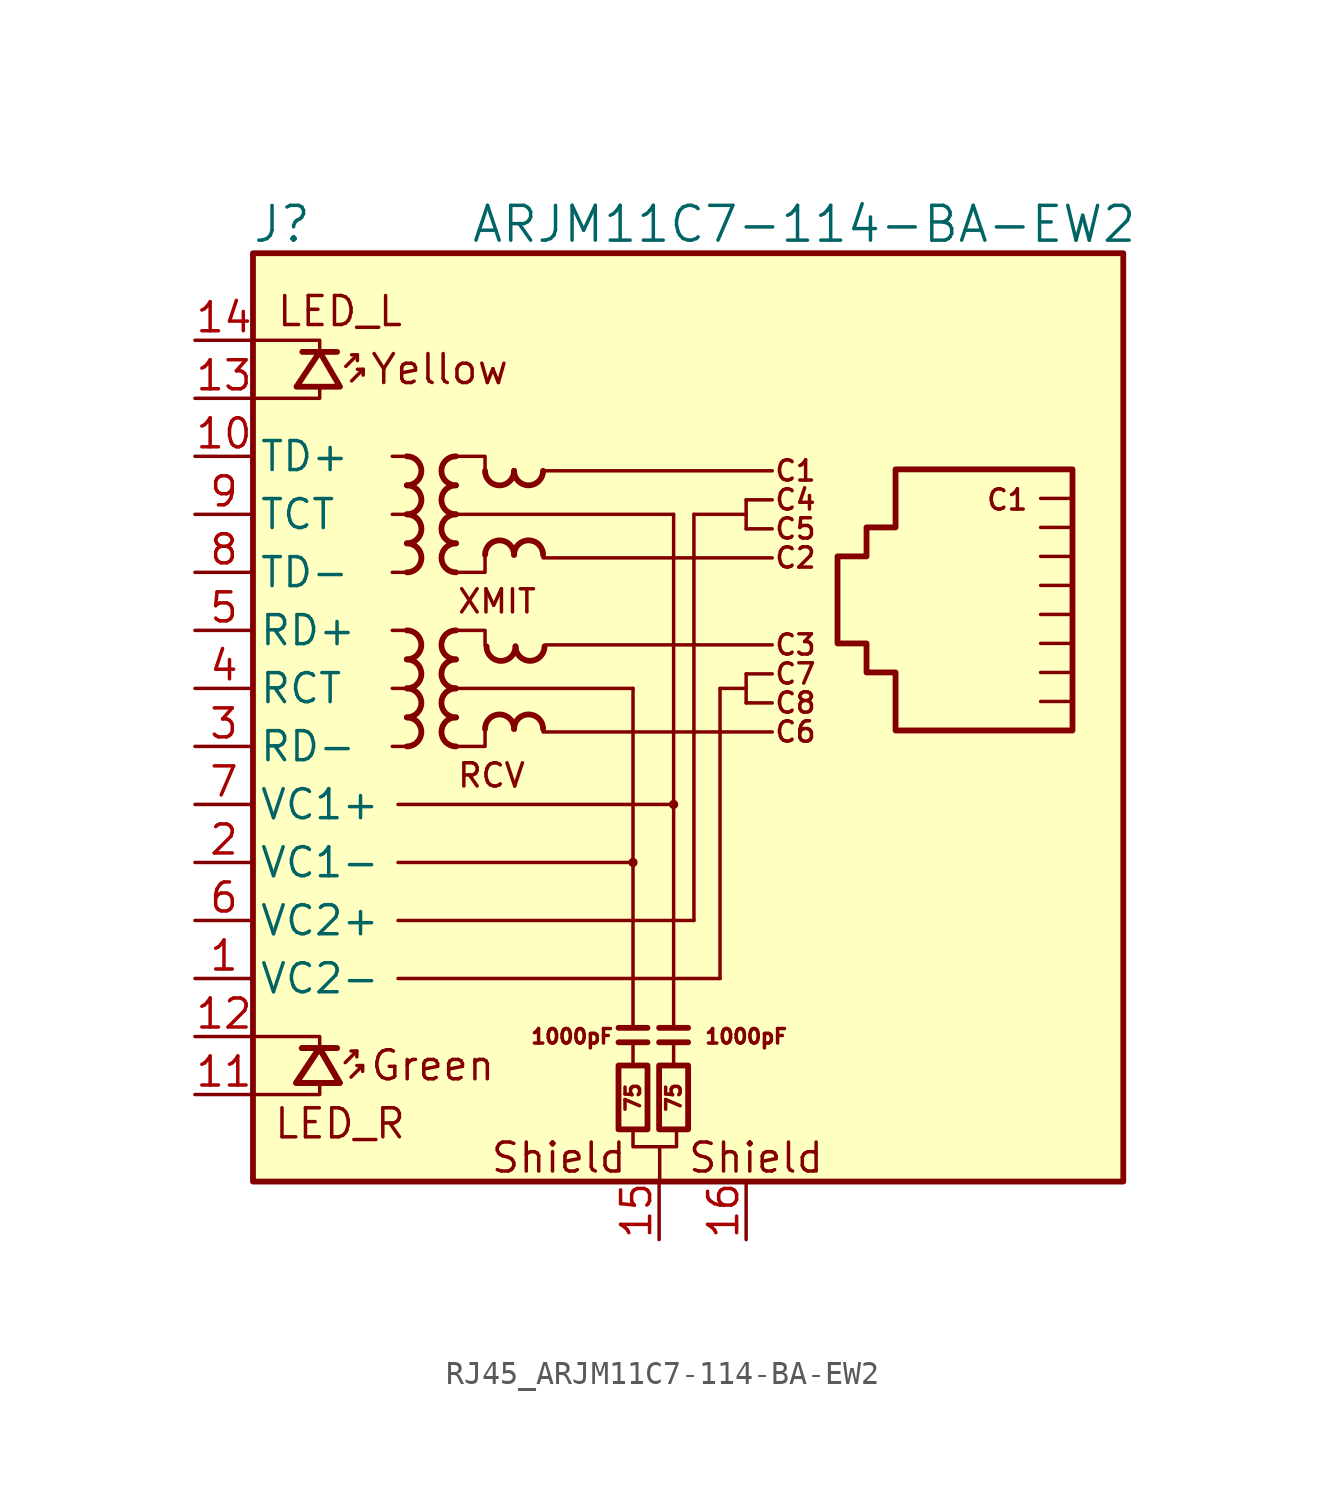
<source format=kicad_sym>
(kicad_symbol_lib
  (version 20220914)
  (generator kicad_symbol_editor)
  (symbol "RJ45_ARJM11C7-114-BA-EW2"
    (pin_names
      (offset 0.254))
    (property "Reference" "J"
      (at 1.27 1.27 0)
      (effects (font (size 1.524 1.524))))
    (property "Value" "ARJM11C7-114-BA-EW2"
      (at 24.13 1.27 0)
      (effects (font (size 1.524 1.524))))
    (symbol "RJ45_ARJM11C7-114-BA-EW2_0_0"
      (polyline (pts (xy 17.272 -34.544) (xy 16.002 -34.544)) (stroke (width 0.254) (type default)) (fill (type none)))
      (polyline (pts (xy 17.272 -33.909) (xy 16.002 -33.909)) (stroke (width 0.254) (type default)) (fill (type none)))
      (polyline (pts (xy 19.05 -34.544) (xy 17.78 -34.544)) (stroke (width 0.254) (type default)) (fill (type none)))
      (polyline (pts (xy 19.05 -33.909) (xy 17.78 -33.909)) (stroke (width 0.254) (type default)) (fill (type none)))
      (polyline (pts (xy 0 -36.83) (xy 2.921 -36.83) (xy 2.921 -36.322)) (stroke (width 0) (type default)) (fill (type none)))
      (polyline (pts (xy 0 -6.35) (xy 2.921 -6.35) (xy 2.921 -5.842)) (stroke (width 0) (type default)) (fill (type none)))
      (polyline (pts (xy 2.921 -34.925) (xy 2.921 -34.29) (xy 0 -34.29)) (stroke (width 0) (type default)) (fill (type none)))
      (polyline (pts (xy 2.921 -4.445) (xy 2.921 -3.81) (xy 0 -3.81)) (stroke (width 0) (type default)) (fill (type none)))
      (polyline (pts (xy 16.637 -38.481) (xy 16.637 -39.116) (xy 18.542 -39.116) (xy 18.542 -38.481)) (stroke (width 0) (type default)) (fill (type none)))
      (text "C1" (at 23.749 -9.525 0) (effects (font (size 0.889 0.889))))
      (text "C1" (at 33.02 -10.795 0) (effects (font (size 0.889 0.889))))
      (text "C2" (at 23.749 -13.335 0) (effects (font (size 0.889 0.889))))
      (text "C3" (at 23.749 -17.145 0) (effects (font (size 0.889 0.889))))
      (text "C4" (at 23.749 -10.795 0) (effects (font (size 0.889 0.889))))
      (text "C5" (at 23.749 -12.065 0) (effects (font (size 0.889 0.889))))
      (text "C6" (at 23.749 -20.955 0) (effects (font (size 0.889 0.889))))
      (text "C7" (at 23.749 -18.415 0) (effects (font (size 0.889 0.889))))
      (text "C8" (at 23.749 -19.685 0) (effects (font (size 0.889 0.889))))
      (text "RCV" (at 8.89 -22.86 0) (effects (font (size 1.016 1.016)) (justify left)))
      (text "XMIT" (at 8.89 -15.24 0) (effects (font (size 1.016 1.016)) (justify left))))
    (symbol "RJ45_ARJM11C7-114-BA-EW2_0_1"
      (polyline (pts (xy 6.35 -31.75) (xy 20.447 -31.75)) (stroke (width 0) (type default)) (fill (type none)))
      (polyline (pts (xy 6.35 -29.21) (xy 19.304 -29.21)) (stroke (width 0) (type default)) (fill (type none)))
      (polyline (pts (xy 6.35 -26.67) (xy 16.637 -26.67)) (stroke (width 0) (type default)) (fill (type none)))
      (polyline (pts (xy 6.35 -24.13) (xy 18.415 -24.13)) (stroke (width 0) (type default)) (fill (type none)))
      (polyline (pts (xy 6.734 -21.59) (xy 6.099 -21.59)) (stroke (width 0) (type default)) (fill (type none)))
      (polyline (pts (xy 6.734 -19.05) (xy 6.099 -19.05)) (stroke (width 0) (type default)) (fill (type none)))
      (polyline (pts (xy 6.734 -16.51) (xy 6.099 -16.51)) (stroke (width 0) (type default)) (fill (type none)))
      (polyline (pts (xy 6.734 -13.97) (xy 6.099 -13.97)) (stroke (width 0) (type default)) (fill (type none)))
      (polyline (pts (xy 6.734 -11.43) (xy 6.099 -11.43)) (stroke (width 0) (type default)) (fill (type none)))
      (polyline (pts (xy 6.734 -8.89) (xy 6.099 -8.89)) (stroke (width 0) (type default)) (fill (type none)))
      (polyline (pts (xy 12.7 -20.955) (xy 22.733 -20.955)) (stroke (width 0) (type default)) (fill (type none)))
      (polyline (pts (xy 12.7 -13.335) (xy 22.733 -13.335)) (stroke (width 0) (type default)) (fill (type none)))
      (polyline (pts (xy 12.7 -9.525) (xy 22.733 -9.525)) (stroke (width 0) (type default)) (fill (type none)))
      (polyline (pts (xy 12.827 -17.145) (xy 22.733 -17.145)) (stroke (width 0) (type default)) (fill (type none)))
      (polyline (pts (xy 16.637 -35.433) (xy 16.637 -34.671)) (stroke (width 0) (type default)) (fill (type none)))
      (polyline (pts (xy 16.637 -33.909) (xy 16.637 -19.05)) (stroke (width 0) (type default)) (fill (type none)))
      (polyline (pts (xy 16.637 -19.05) (xy 8.89 -19.05)) (stroke (width 0) (type default)) (fill (type none)))
      (polyline (pts (xy 18.415 -35.433) (xy 18.415 -34.671)) (stroke (width 0) (type default)) (fill (type none)))
      (polyline (pts (xy 18.415 -33.909) (xy 18.415 -11.43)) (stroke (width 0) (type default)) (fill (type none)))
      (polyline (pts (xy 18.415 -24.13) (xy 18.415 -24.13)) (stroke (width 0) (type default)) (fill (type none)))
      (polyline (pts (xy 18.415 -11.43) (xy 8.89 -11.43)) (stroke (width 0) (type default)) (fill (type none)))
      (polyline (pts (xy 19.304 -11.43) (xy 19.304 -29.21)) (stroke (width 0) (type default)) (fill (type none)))
      (polyline (pts (xy 20.447 -19.05) (xy 20.447 -31.75)) (stroke (width 0) (type default)) (fill (type none)))
      (polyline (pts (xy 21.59 -19.685) (xy 21.59 -18.415)) (stroke (width 0) (type default)) (fill (type none)))
      (polyline (pts (xy 21.59 -19.05) (xy 20.447 -19.05)) (stroke (width 0) (type default)) (fill (type none)))
      (polyline (pts (xy 21.59 -12.065) (xy 21.59 -10.795)) (stroke (width 0) (type default)) (fill (type none)))
      (polyline (pts (xy 21.59 -11.43) (xy 19.304 -11.43)) (stroke (width 0) (type default)) (fill (type none)))
      (polyline (pts (xy 22.733 -19.685) (xy 21.59 -19.685)) (stroke (width 0) (type default)) (fill (type none)))
      (polyline (pts (xy 22.733 -18.415) (xy 21.59 -18.415)) (stroke (width 0) (type default)) (fill (type none)))
      (polyline (pts (xy 22.733 -12.065) (xy 21.59 -12.065)) (stroke (width 0) (type default)) (fill (type none)))
      (polyline (pts (xy 22.733 -10.795) (xy 21.59 -10.795)) (stroke (width 0) (type default)) (fill (type none)))
      (polyline (pts (xy 34.48 -19.622) (xy 35.751 -19.622)) (stroke (width 0) (type default)) (fill (type none)))
      (polyline (pts (xy 34.48 -18.352) (xy 35.751 -18.352)) (stroke (width 0) (type default)) (fill (type none)))
      (polyline (pts (xy 34.48 -10.732) (xy 35.751 -10.732)) (stroke (width 0) (type default)) (fill (type none)))
      (polyline (pts (xy 35.751 -17.081) (xy 34.48 -17.081)) (stroke (width 0) (type default)) (fill (type none)))
      (polyline (pts (xy 35.751 -15.812) (xy 34.48 -15.812)) (stroke (width 0) (type default)) (fill (type none)))
      (polyline (pts (xy 35.751 -14.541) (xy 34.48 -14.541)) (stroke (width 0) (type default)) (fill (type none)))
      (polyline (pts (xy 35.751 -13.271) (xy 34.48 -13.271)) (stroke (width 0) (type default)) (fill (type none)))
      (polyline (pts (xy 35.751 -12.002) (xy 34.48 -12.002)) (stroke (width 0) (type default)) (fill (type none)))
      (polyline (pts (xy 8.89 -16.51) (xy 10.16 -16.51) (xy 10.16 -17.145)) (stroke (width 0) (type default)) (fill (type none)))
      (polyline (pts (xy 8.89 -8.89) (xy 10.16 -8.89) (xy 10.16 -9.525)) (stroke (width 0) (type default)) (fill (type none)))
      (polyline (pts (xy 10.16 -20.955) (xy 10.16 -21.59) (xy 8.89 -21.59)) (stroke (width 0) (type default)) (fill (type none)))
      (polyline (pts (xy 10.16 -13.335) (xy 10.16 -13.97) (xy 8.89 -13.97)) (stroke (width 0) (type default)) (fill (type none)))
      (rectangle (start 0 0) (end 38.1 -40.64) (stroke (width 0.254) (type default)) (fill (type background)))
      (circle (center 16.637 -26.67) (radius 0.127) (stroke (width 0) (type default)) (fill (type none)))
      (circle (center 18.415 -24.13) (radius 0.127) (stroke (width 0) (type default)) (fill (type none))))
    (symbol "RJ45_ARJM11C7-114-BA-EW2_1_0"
      (text "1000pF" (at 13.97 -34.29 0) (effects (font (size 0.635 0.635))))
      (text "1000pF" (at 21.59 -34.29 0) (effects (font (size 0.635 0.635)))))
    (symbol "RJ45_ARJM11C7-114-BA-EW2_1_1"
      (polyline (pts (xy 3.658 -34.798) (xy 2.134 -34.798)) (stroke (width 0.254) (type default)) (fill (type none)))
      (polyline (pts (xy 3.683 -34.798) (xy 2.159 -34.798)) (stroke (width 0.254) (type default)) (fill (type none)))
      (polyline (pts (xy 3.683 -4.318) (xy 2.159 -4.318)) (stroke (width 0.254) (type default)) (fill (type none)))
      (polyline (pts (xy 4.547 -34.925) (xy 4.547 -35.179)) (stroke (width 0) (type default)) (fill (type none)))
      (polyline (pts (xy 4.572 -4.445) (xy 4.572 -4.699)) (stroke (width 0) (type default)) (fill (type none)))
      (polyline (pts (xy 4.801 -35.56) (xy 4.801 -35.814)) (stroke (width 0) (type default)) (fill (type none)))
      (polyline (pts (xy 4.826 -5.08) (xy 4.826 -5.334)) (stroke (width 0) (type default)) (fill (type none)))
      (polyline (pts (xy 17.805 -40.64) (xy 17.805 -39.116)) (stroke (width 0) (type default)) (fill (type none)))
      (polyline (pts (xy 4.039 -35.433) (xy 4.547 -34.925) (xy 4.293 -34.925)) (stroke (width 0) (type default)) (fill (type none)))
      (polyline (pts (xy 4.064 -4.953) (xy 4.572 -4.445) (xy 4.318 -4.445)) (stroke (width 0) (type default)) (fill (type none)))
      (polyline (pts (xy 4.293 -36.068) (xy 4.801 -35.56) (xy 4.547 -35.56)) (stroke (width 0) (type default)) (fill (type none)))
      (polyline (pts (xy 4.318 -5.588) (xy 4.826 -5.08) (xy 4.572 -5.08)) (stroke (width 0) (type default)) (fill (type none)))
      (polyline (pts (xy 3.785 -36.322) (xy 1.88 -36.322) (xy 2.896 -34.798) (xy 3.785 -36.322)) (stroke (width 0.254) (type default)) (fill (type none)))
      (polyline (pts (xy 3.81 -36.322) (xy 1.905 -36.322) (xy 2.921 -34.798) (xy 3.81 -36.322)) (stroke (width 0.254) (type default)) (fill (type none)))
      (polyline (pts (xy 3.81 -5.842) (xy 1.905 -5.842) (xy 2.921 -4.318) (xy 3.81 -5.842)) (stroke (width 0.254) (type default)) (fill (type none)))
      (polyline (pts (xy 35.877 -9.461) (xy 35.877 -20.892) (xy 28.131 -20.892) (xy 28.131 -18.352) (xy 26.86 -18.352) (xy 26.86 -17.081) (xy 25.59 -17.081) (xy 25.59 -13.271) (xy 26.86 -13.271) (xy 26.86 -12.002) (xy 28.131 -12.002) (xy 28.131 -9.461) (xy 35.877 -9.461)) (stroke (width 0.254) (type default)) (fill (type none)))
      (arc (start 6.7337 -17.78) (mid 7.366 -17.145) (end 6.7337 -16.51) (stroke (width 0.254) (type default)) (fill (type none)))
      (arc (start 6.7364 -21.59) (mid 7.3687 -20.955) (end 6.7364 -20.32) (stroke (width 0.254) (type default)) (fill (type none)))
      (arc (start 6.7364 -20.32) (mid 7.3687 -19.685) (end 6.7364 -19.05) (stroke (width 0.254) (type default)) (fill (type none)))
      (arc (start 6.7364 -19.05) (mid 7.3687 -18.415) (end 6.7364 -17.78) (stroke (width 0.254) (type default)) (fill (type none)))
      (arc (start 6.7364 -10.16) (mid 7.3687 -9.525) (end 6.7364 -8.89) (stroke (width 0.254) (type default)) (fill (type none)))
      (arc (start 6.7391 -13.97) (mid 7.3714 -13.335) (end 6.7391 -12.7) (stroke (width 0.254) (type default)) (fill (type none)))
      (arc (start 6.7391 -12.7) (mid 7.3714 -12.065) (end 6.7391 -11.43) (stroke (width 0.254) (type default)) (fill (type none)))
      (arc (start 6.7391 -11.43) (mid 7.3714 -10.795) (end 6.7391 -10.16) (stroke (width 0.254) (type default)) (fill (type none)))
      (arc (start 8.8846 -19.05) (mid 8.2523 -19.685) (end 8.8846 -20.32) (stroke (width 0.254) (type default)) (fill (type none)))
      (arc (start 8.8846 -17.78) (mid 8.2523 -18.415) (end 8.8846 -19.05) (stroke (width 0.254) (type default)) (fill (type none)))
      (arc (start 8.8846 -16.51) (mid 8.2523 -17.145) (end 8.8846 -17.78) (stroke (width 0.254) (type default)) (fill (type none)))
      (arc (start 8.8846 -11.43) (mid 8.2523 -12.065) (end 8.8846 -12.7) (stroke (width 0.254) (type default)) (fill (type none)))
      (arc (start 8.8846 -10.16) (mid 8.2523 -10.795) (end 8.8846 -11.43) (stroke (width 0.254) (type default)) (fill (type none)))
      (arc (start 8.8846 -8.89) (mid 8.2523 -9.525) (end 8.8846 -10.16) (stroke (width 0.254) (type default)) (fill (type none)))
      (arc (start 8.8873 -20.32) (mid 8.255 -20.955) (end 8.8873 -21.59) (stroke (width 0.254) (type default)) (fill (type none)))
      (arc (start 8.8873 -12.7) (mid 8.255 -13.335) (end 8.8873 -13.97) (stroke (width 0.254) (type default)) (fill (type none)))
      (arc (start 10.16 -9.5277) (mid 10.795 -10.16) (end 11.43 -9.5277) (stroke (width 0.254) (type default)) (fill (type none)))
      (arc (start 10.2235 -17.2112) (mid 10.8585 -17.8435) (end 11.4935 -17.2112) (stroke (width 0.254) (type default)) (fill (type none)))
      (arc (start 11.43 -20.8253) (mid 10.795 -20.193) (end 10.16 -20.8253) (stroke (width 0.254) (type default)) (fill (type none)))
      (arc (start 11.43 -13.2053) (mid 10.795 -12.573) (end 10.16 -13.2053) (stroke (width 0.254) (type default)) (fill (type none)))
      (arc (start 11.43 -9.525) (mid 12.065 -10.1573) (end 12.7 -9.525) (stroke (width 0.254) (type default)) (fill (type none)))
      (arc (start 11.4935 -17.2085) (mid 12.1285 -17.8408) (end 12.7635 -17.2085) (stroke (width 0.254) (type default)) (fill (type none)))
      (arc (start 12.7 -20.8226) (mid 12.065 -20.1903) (end 11.43 -20.8226) (stroke (width 0.254) (type default)) (fill (type none)))
      (arc (start 12.7 -13.2026) (mid 12.065 -12.5703) (end 11.43 -13.2026) (stroke (width 0.254) (type default)) (fill (type none)))
      (rectangle (start 16.002 -38.354) (end 17.272 -35.56) (stroke (width 0.254) (type default)) (fill (type none)))
      (rectangle (start 17.78 -38.354) (end 19.05 -35.56) (stroke (width 0.254) (type default)) (fill (type none)))
      (text "75" (at 16.637 -36.957 900) (effects (font (size 0.635 0.635))))
      (text "75" (at 18.415 -36.957 900) (effects (font (size 0.635 0.635))))
      (text "Green" (at 5.08 -35.56 0) (effects (font (size 1.27 1.27)) (justify left)))
      (text "LED_L" (at 3.81 -2.54 0) (effects (font (size 1.27 1.27))))
      (text "LED_R" (at 3.81 -38.1 0) (effects (font (size 1.27 1.27))))
      (text "Shield" (at 13.386 -39.599 0) (effects (font (size 1.27 1.27))))
      (text "Shield" (at 22.022 -39.599 0) (effects (font (size 1.27 1.27))))
      (text "Yellow" (at 5.08 -5.08 0) (effects (font (size 1.27 1.27)) (justify left)))
      (pin power_out line (at -2.54 -31.75 0) (length 2.54) (name "VC2-" (effects (font (size 1.27 1.27)))) (number "1" (effects (font (size 1.27 1.27)))))
      (pin passive line (at -2.54 -8.89 0) (length 2.54) (name "TD+" (effects (font (size 1.27 1.27)))) (number "10" (effects (font (size 1.27 1.27)))))
      (pin passive line (at -2.54 -36.83 0) (length 2.54) (name "" (effects (font (size 1.27 1.27)))) (number "11" (effects (font (size 1.27 1.27)))))
      (pin passive line (at -2.54 -34.29 0) (length 2.54) (name "" (effects (font (size 1.27 1.27)))) (number "12" (effects (font (size 1.27 1.27)))))
      (pin passive line (at -2.54 -6.35 0) (length 2.54) (name "" (effects (font (size 1.27 1.27)))) (number "13" (effects (font (size 1.27 1.27)))))
      (pin passive line (at -2.54 -3.81 0) (length 2.54) (name "" (effects (font (size 1.27 1.27)))) (number "14" (effects (font (size 1.27 1.27)))))
      (pin passive line (at 17.78 -43.18 90) (length 2.54) (name "" (effects (font (size 1.27 1.27)))) (number "15" (effects (font (size 1.27 1.27)))))
      (pin passive line (at 21.59 -43.18 90) (length 2.54) (name "" (effects (font (size 1.27 1.27)))) (number "16" (effects (font (size 1.27 1.27)))))
      (pin power_out line (at -2.54 -26.67 0) (length 2.54) (name "VC1-" (effects (font (size 1.27 1.27)))) (number "2" (effects (font (size 1.27 1.27)))))
      (pin passive line (at -2.54 -21.59 0) (length 2.54) (name "RD-" (effects (font (size 1.27 1.27)))) (number "3" (effects (font (size 1.27 1.27)))))
      (pin passive line (at -2.54 -19.05 0) (length 2.54) (name "RCT" (effects (font (size 1.27 1.27)))) (number "4" (effects (font (size 1.27 1.27)))))
      (pin passive line (at -2.54 -16.51 0) (length 2.54) (name "RD+" (effects (font (size 1.27 1.27)))) (number "5" (effects (font (size 1.27 1.27)))))
      (pin power_out line (at -2.54 -29.21 0) (length 2.54) (name "VC2+" (effects (font (size 1.27 1.27)))) (number "6" (effects (font (size 1.27 1.27)))))
      (pin power_out line (at -2.54 -24.13 0) (length 2.54) (name "VC1+" (effects (font (size 1.27 1.27)))) (number "7" (effects (font (size 1.27 1.27)))))
      (pin no_connect line (at 22.86 -13.97 180) (length 0) hide (name "NC" (effects (font (size 1.27 1.27)))) (number "8" (effects (font (size 1.27 1.27)))))
      (pin passive line (at -2.54 -13.97 0) (length 2.54) (name "TD-" (effects (font (size 1.27 1.27)))) (number "8" (effects (font (size 1.27 1.27)))))
      (pin passive line (at -2.54 -11.43 0) (length 2.54) (name "TCT" (effects (font (size 1.27 1.27)))) (number "9" (effects (font (size 1.27 1.27))))))))
</source>
